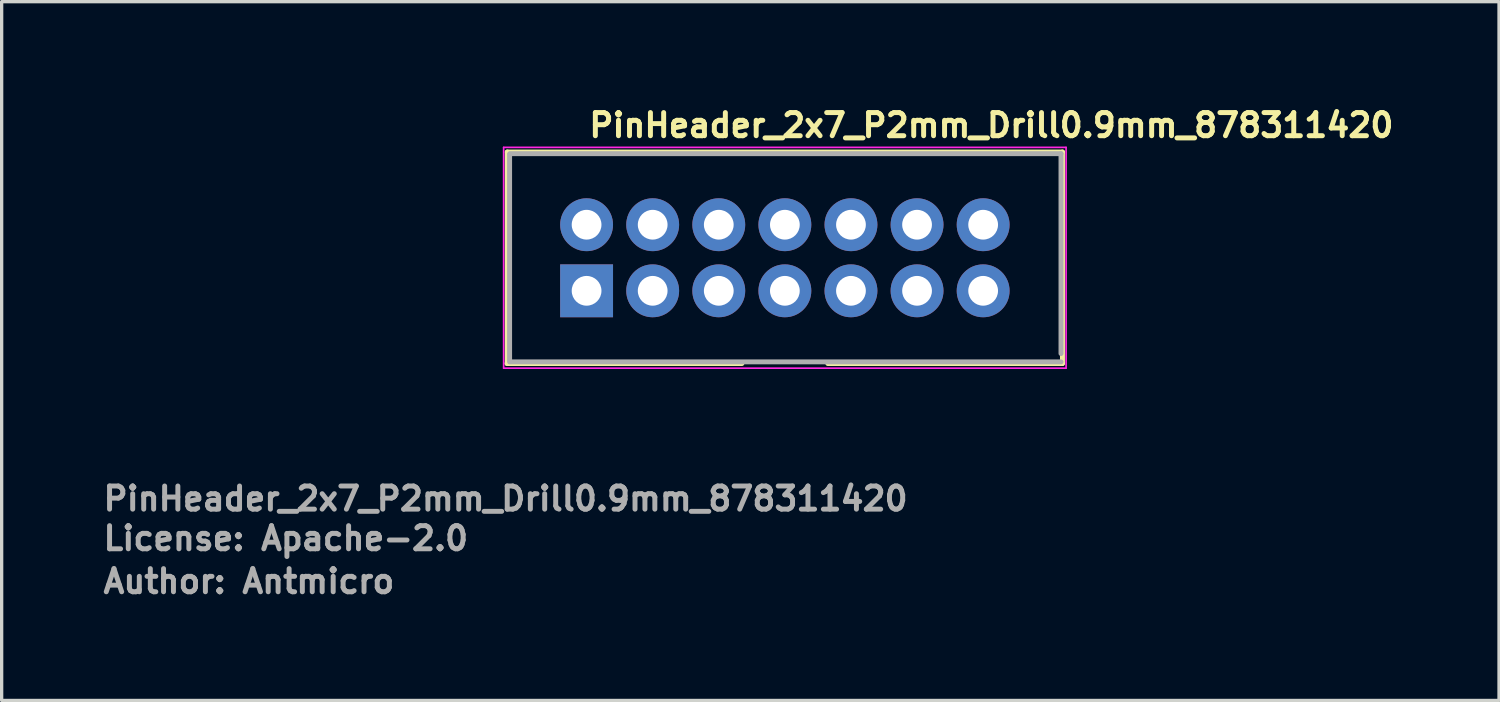
<source format=kicad_pcb>
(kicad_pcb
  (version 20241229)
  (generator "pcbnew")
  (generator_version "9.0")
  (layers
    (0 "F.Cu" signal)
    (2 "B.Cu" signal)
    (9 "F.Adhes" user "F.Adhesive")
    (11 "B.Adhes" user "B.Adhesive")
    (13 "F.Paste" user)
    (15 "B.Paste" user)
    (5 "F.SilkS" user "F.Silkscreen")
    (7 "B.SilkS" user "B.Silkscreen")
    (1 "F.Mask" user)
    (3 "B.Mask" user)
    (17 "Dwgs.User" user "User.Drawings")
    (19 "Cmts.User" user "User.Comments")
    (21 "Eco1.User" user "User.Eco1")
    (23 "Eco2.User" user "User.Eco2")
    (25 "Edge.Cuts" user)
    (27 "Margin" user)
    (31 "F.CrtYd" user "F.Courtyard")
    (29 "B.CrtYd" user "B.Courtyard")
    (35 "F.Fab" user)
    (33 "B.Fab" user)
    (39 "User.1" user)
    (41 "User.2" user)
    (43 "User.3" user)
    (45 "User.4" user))
  (footprint "PinHeader_2x7_P2mm_Drill0.9mm_878311420"
    (layer "F.Cu")
    (at 14.7 5.75)
    (property "Reference" "PinHeader_2x7_P2mm_Drill0.9mm_878311420" (at 0 -4.6 0) (layer "F.SilkS") (effects (font (size 0.7 0.7) (thickness 0.15)) (justify left bottom)))
    (attr through_hole)
    (fp_line (start -2.41 2.2) (end 4.7 2.2) (stroke (width 0.15) (type solid)) (layer "F.SilkS"))
    (fp_line (start -2.4 -4.2) (end 14.4 -4.2) (stroke (width 0.15) (type solid)) (layer "F.SilkS"))
    (fp_line (start -2.4 2.2) (end -2.4 -4.2) (stroke (width 0.15) (type solid)) (layer "F.SilkS"))
    (fp_line (start 14.4 -4.2) (end 14.4 2.2) (stroke (width 0.15) (type solid)) (layer "F.SilkS"))
    (fp_line (start 14.4 2.2) (end 7.3 2.2) (stroke (width 0.15) (type solid)) (layer "F.SilkS"))
    (fp_line (start -2.51 -4.34) (end 14.51 -4.34) (stroke (width 0.05) (type solid)) (layer "F.CrtYd"))
    (fp_line (start -2.51 2.34) (end -2.51 -4.34) (stroke (width 0.05) (type solid)) (layer "F.CrtYd"))
    (fp_line (start -2.51 2.34) (end 14.51 2.34) (stroke (width 0.05) (type solid)) (layer "F.CrtYd"))
    (fp_line (start 14.51 2.34) (end 14.51 -4.34) (stroke (width 0.05) (type solid)) (layer "F.CrtYd"))
    (fp_line (start -2.33 2.15) (end -2.33 -4.13) (stroke (width 0.15) (type solid)) (layer "F.Fab"))
    (fp_line (start 14.356 -4.15) (end -2.32 -4.15) (stroke (width 0.15) (type solid)) (layer "F.Fab"))
    (fp_line (start 14.356 1.898) (end 14.356 -4.15) (stroke (width 0.15) (type solid)) (layer "F.Fab"))
    (fp_line (start 14.356 2.15) (end -2.293 2.15) (stroke (width 0.15) (type solid)) (layer "F.Fab"))
    (fp_rect (start 14.326 2.15) (end -2.325 -4.15) (stroke (width 0.1) (type solid)) (fill no) (layer "User.5"))
    (fp_line (start -2.325 -4.15) (end -2.325 -1.749) (stroke (width 0.02) (type solid)) (layer "User.9"))
    (fp_line (start -2.325 -1.749) (end -2.023 -1.749) (stroke (width 0.02) (type solid)) (layer "User.9"))
    (fp_line (start -2.325 -1.148) (end -2.325 -1.749) (stroke (width 0.02) (type solid)) (layer "User.9"))
    (fp_line (start -2.325 -1.148) (end -1.425 -1.148) (stroke (width 0.02) (type solid)) (layer "User.9"))
    (fp_line (start -2.325 0.15) (end -2.325 -1.148) (stroke (width 0.02) (type solid)) (layer "User.9"))
    (fp_line (start -2.325 0.75) (end -2.325 0.15) (stroke (width 0.02) (type solid)) (layer "User.9"))
    (fp_line (start -2.325 0.75) (end -2.325 2.15) (stroke (width 0.02) (type solid)) (layer "User.9"))
    (fp_line (start -2.023 -3.85) (end 14.026 -3.85) (stroke (width 0.02) (type solid)) (layer "User.9"))
    (fp_line (start -2.023 -1.749) (end -2.023 -3.85) (stroke (width 0.02) (type solid)) (layer "User.9"))
    (fp_line (start -2.023 0.75) (end -2.325 0.75) (stroke (width 0.02) (type solid)) (layer "User.9"))
    (fp_line (start -2.023 1.851) (end -2.023 0.75) (stroke (width 0.02) (type solid)) (layer "User.9"))
    (fp_line (start -1.425 -3.249) (end -2.023 -3.85) (stroke (width 0.02) (type solid)) (layer "User.9"))
    (fp_line (start -1.425 -3.249) (end -1.024 -3.249) (stroke (width 0.02) (type solid)) (layer "User.9"))
    (fp_line (start -1.425 -1.148) (end -2.023 -1.749) (stroke (width 0.02) (type solid)) (layer "User.9"))
    (fp_line (start -1.425 -1.148) (end -1.425 -3.249) (stroke (width 0.02) (type solid)) (layer "User.9"))
    (fp_line (start -1.425 0.15) (end -2.325 0.15) (stroke (width 0.02) (type solid)) (layer "User.9"))
    (fp_line (start -1.425 0.15) (end -2.023 0.75) (stroke (width 0.02) (type solid)) (layer "User.9"))
    (fp_line (start -1.425 1.25) (end -2.023 1.851) (stroke (width 0.02) (type solid)) (layer "User.9"))
    (fp_line (start -1.425 1.25) (end -1.425 0.15) (stroke (width 0.02) (type solid)) (layer "User.9"))
    (fp_line (start -1.024 -3.249) (end -1.024 -3.499) (stroke (width 0.02) (type solid)) (layer "User.9"))
    (fp_line (start -1.024 1.25) (end -1.425 1.25) (stroke (width 0.02) (type solid)) (layer "User.9"))
    (fp_line (start -1.024 1.25) (end -1.024 1.5) (stroke (width 0.02) (type solid)) (layer "User.9"))
    (fp_line (start -0.4 -3.499) (end -1.024 -3.499) (stroke (width 0.02) (type solid)) (layer "User.9"))
    (fp_line (start -0.4 -3.249) (end -0.4 -3.499) (stroke (width 0.02) (type solid)) (layer "User.9"))
    (fp_line (start -0.4 -3.249) (end 0.402 -3.249) (stroke (width 0.02) (type solid)) (layer "User.9"))
    (fp_line (start -0.325 2.13) (end 0.677 2.13) (stroke (width 0.02) (type solid)) (layer "User.9"))
    (fp_line (start -0.325 2.15) (end -2.325 2.15) (stroke (width 0.02) (type solid)) (layer "User.9"))
    (fp_line (start -0.325 2.15) (end -0.325 2.13) (stroke (width 0.02) (type solid)) (layer "User.9"))
    (fp_line (start -0.325 2.15) (end 0.176 2.15) (stroke (width 0.02) (type solid)) (layer "User.9"))
    (fp_line (start -0.248 -1.749) (end -0.248 -2.249) (stroke (width 0.02) (type solid)) (layer "User.9"))
    (fp_line (start -0.248 0.25) (end -0.248 -0.248) (stroke (width 0.02) (type solid)) (layer "User.9"))
    (fp_line (start -0.1 -2.1) (end -0.248 -2.249) (stroke (width 0.02) (type solid)) (layer "User.9"))
    (fp_line (start -0.1 -1.898) (end -0.248 -1.749) (stroke (width 0.02) (type solid)) (layer "User.9"))
    (fp_line (start -0.1 -1.898) (end -0.1 -2.1) (stroke (width 0.02) (type solid)) (layer "User.9"))
    (fp_line (start -0.1 -0.1) (end -0.248 -0.248) (stroke (width 0.02) (type solid)) (layer "User.9"))
    (fp_line (start -0.1 0.102) (end -0.248 0.25) (stroke (width 0.02) (type solid)) (layer "User.9"))
    (fp_line (start -0.1 0.102) (end -0.1 -0.1) (stroke (width 0.02) (type solid)) (layer "User.9"))
    (fp_line (start 0.102 -2.1) (end -0.1 -2.1) (stroke (width 0.02) (type solid)) (layer "User.9"))
    (fp_line (start 0.102 -2.1) (end 0.102 -1.898) (stroke (width 0.02) (type solid)) (layer "User.9"))
    (fp_line (start 0.102 -2.1) (end 0.25 -2.249) (stroke (width 0.02) (type solid)) (layer "User.9"))
    (fp_line (start 0.102 -1.898) (end -0.1 -1.898) (stroke (width 0.02) (type solid)) (layer "User.9"))
    (fp_line (start 0.102 -0.1) (end -0.1 -0.1) (stroke (width 0.02) (type solid)) (layer "User.9"))
    (fp_line (start 0.102 -0.1) (end 0.102 0.102) (stroke (width 0.02) (type solid)) (layer "User.9"))
    (fp_line (start 0.102 -0.1) (end 0.25 -0.248) (stroke (width 0.02) (type solid)) (layer "User.9"))
    (fp_line (start 0.102 0.102) (end -0.1 0.102) (stroke (width 0.02) (type solid)) (layer "User.9"))
    (fp_line (start 0.102 0.102) (end 0.25 0.25) (stroke (width 0.02) (type solid)) (layer "User.9"))
    (fp_line (start 0.176 2.15) (end 0.176 2.13) (stroke (width 0.02) (type solid)) (layer "User.9"))
    (fp_line (start 0.176 2.15) (end 0.677 2.15) (stroke (width 0.02) (type solid)) (layer "User.9"))
    (fp_line (start 0.25 -2.249) (end -0.248 -2.249) (stroke (width 0.02) (type solid)) (layer "User.9"))
    (fp_line (start 0.25 -2.249) (end 0.25 -1.749) (stroke (width 0.02) (type solid)) (layer "User.9"))
    (fp_line (start 0.25 -1.749) (end -0.248 -1.749) (stroke (width 0.02) (type solid)) (layer "User.9"))
    (fp_line (start 0.25 -1.749) (end 0.102 -1.898) (stroke (width 0.02) (type solid)) (layer "User.9"))
    (fp_line (start 0.25 -0.248) (end -0.248 -0.248) (stroke (width 0.02) (type solid)) (layer "User.9"))
    (fp_line (start 0.25 -0.248) (end 0.25 0.25) (stroke (width 0.02) (type solid)) (layer "User.9"))
    (fp_line (start 0.25 0.25) (end -0.248 0.25) (stroke (width 0.02) (type solid)) (layer "User.9"))
    (fp_line (start 0.389 1.25) (end 3.613 1.25) (stroke (width 0.02) (type solid)) (layer "User.9"))
    (fp_line (start 0.389 1.5) (end 0.389 1.25) (stroke (width 0.02) (type solid)) (layer "User.9"))
    (fp_line (start 0.402 -3.249) (end 0.402 -3.499) (stroke (width 0.02) (type solid)) (layer "User.9"))
    (fp_line (start 0.677 2.15) (end 0.677 2.13) (stroke (width 0.02) (type solid)) (layer "User.9"))
    (fp_line (start 1.75 -1.749) (end 1.75 -2.249) (stroke (width 0.02) (type solid)) (layer "User.9"))
    (fp_line (start 1.75 0.25) (end 1.75 -0.248) (stroke (width 0.02) (type solid)) (layer "User.9"))
    (fp_line (start 1.901 -2.1) (end 1.75 -2.249) (stroke (width 0.02) (type solid)) (layer "User.9"))
    (fp_line (start 1.901 -1.898) (end 1.75 -1.749) (stroke (width 0.02) (type solid)) (layer "User.9"))
    (fp_line (start 1.901 -1.898) (end 1.901 -2.1) (stroke (width 0.02) (type solid)) (layer "User.9"))
    (fp_line (start 1.901 -0.1) (end 1.75 -0.248) (stroke (width 0.02) (type solid)) (layer "User.9"))
    (fp_line (start 1.901 0.102) (end 1.75 0.25) (stroke (width 0.02) (type solid)) (layer "User.9"))
    (fp_line (start 1.901 0.102) (end 1.901 -0.1) (stroke (width 0.02) (type solid)) (layer "User.9"))
    (fp_line (start 2.101 -2.1) (end 1.901 -2.1) (stroke (width 0.02) (type solid)) (layer "User.9"))
    (fp_line (start 2.101 -2.1) (end 2.101 -1.898) (stroke (width 0.02) (type solid)) (layer "User.9"))
    (fp_line (start 2.101 -2.1) (end 2.25 -2.249) (stroke (width 0.02) (type solid)) (layer "User.9"))
    (fp_line (start 2.101 -1.898) (end 1.901 -1.898) (stroke (width 0.02) (type solid)) (layer "User.9"))
    (fp_line (start 2.101 -0.1) (end 1.901 -0.1) (stroke (width 0.02) (type solid)) (layer "User.9"))
    (fp_line (start 2.101 -0.1) (end 2.101 0.102) (stroke (width 0.02) (type solid)) (layer "User.9"))
    (fp_line (start 2.101 -0.1) (end 2.25 -0.248) (stroke (width 0.02) (type solid)) (layer "User.9"))
    (fp_line (start 2.101 0.102) (end 1.901 0.102) (stroke (width 0.02) (type solid)) (layer "User.9"))
    (fp_line (start 2.101 0.102) (end 2.25 0.25) (stroke (width 0.02) (type solid)) (layer "User.9"))
    (fp_line (start 2.25 -2.249) (end 1.75 -2.249) (stroke (width 0.02) (type solid)) (layer "User.9"))
    (fp_line (start 2.25 -2.249) (end 2.25 -1.749) (stroke (width 0.02) (type solid)) (layer "User.9"))
    (fp_line (start 2.25 -1.749) (end 1.75 -1.749) (stroke (width 0.02) (type solid)) (layer "User.9"))
    (fp_line (start 2.25 -1.749) (end 2.101 -1.898) (stroke (width 0.02) (type solid)) (layer "User.9"))
    (fp_line (start 2.25 -0.248) (end 1.75 -0.248) (stroke (width 0.02) (type solid)) (layer "User.9"))
    (fp_line (start 2.25 -0.248) (end 2.25 0.25) (stroke (width 0.02) (type solid)) (layer "User.9"))
    (fp_line (start 2.25 0.25) (end 1.75 0.25) (stroke (width 0.02) (type solid)) (layer "User.9"))
    (fp_line (start 3.613 1.5) (end 3.613 1.25) (stroke (width 0.02) (type solid)) (layer "User.9"))
    (fp_line (start 3.75 -1.749) (end 3.75 -2.249) (stroke (width 0.02) (type solid)) (layer "User.9"))
    (fp_line (start 3.75 0.25) (end 3.75 -0.248) (stroke (width 0.02) (type solid)) (layer "User.9"))
    (fp_line (start 3.9 -2.1) (end 3.75 -2.249) (stroke (width 0.02) (type solid)) (layer "User.9"))
    (fp_line (start 3.9 -1.898) (end 3.75 -1.749) (stroke (width 0.02) (type solid)) (layer "User.9"))
    (fp_line (start 3.9 -1.898) (end 3.9 -2.1) (stroke (width 0.02) (type solid)) (layer "User.9"))
    (fp_line (start 3.9 -0.1) (end 3.75 -0.248) (stroke (width 0.02) (type solid)) (layer "User.9"))
    (fp_line (start 3.9 0.102) (end 3.75 0.25) (stroke (width 0.02) (type solid)) (layer "User.9"))
    (fp_line (start 3.9 0.102) (end 3.9 -0.1) (stroke (width 0.02) (type solid)) (layer "User.9"))
    (fp_line (start 4 1.851) (end -2.023 1.851) (stroke (width 0.02) (type solid)) (layer "User.9"))
    (fp_line (start 4 2.15) (end 0.677 2.15) (stroke (width 0.02) (type solid)) (layer "User.9"))
    (fp_line (start 4.05 1.849) (end 4 1.851) (stroke (width 0.02) (type solid)) (layer "User.9"))
    (fp_line (start 4.098 1.845) (end 4.05 1.849) (stroke (width 0.02) (type solid)) (layer "User.9"))
    (fp_line (start 4.1 -2.1) (end 3.9 -2.1) (stroke (width 0.02) (type solid)) (layer "User.9"))
    (fp_line (start 4.1 -2.1) (end 4.1 -1.898) (stroke (width 0.02) (type solid)) (layer "User.9"))
    (fp_line (start 4.1 -2.1) (end 4.25 -2.249) (stroke (width 0.02) (type solid)) (layer "User.9"))
    (fp_line (start 4.1 -1.898) (end 3.9 -1.898) (stroke (width 0.02) (type solid)) (layer "User.9"))
    (fp_line (start 4.1 -0.1) (end 3.9 -0.1) (stroke (width 0.02) (type solid)) (layer "User.9"))
    (fp_line (start 4.1 -0.1) (end 4.1 0.102) (stroke (width 0.02) (type solid)) (layer "User.9"))
    (fp_line (start 4.1 -0.1) (end 4.25 -0.248) (stroke (width 0.02) (type solid)) (layer "User.9"))
    (fp_line (start 4.1 0.102) (end 3.9 0.102) (stroke (width 0.02) (type solid)) (layer "User.9"))
    (fp_line (start 4.1 0.102) (end 4.25 0.25) (stroke (width 0.02) (type solid)) (layer "User.9"))
    (fp_line (start 4.146 1.837) (end 4.098 1.845) (stroke (width 0.02) (type solid)) (layer "User.9"))
    (fp_line (start 4.194 1.827) (end 4.146 1.837) (stroke (width 0.02) (type solid)) (layer "User.9"))
    (fp_line (start 4.241 1.813) (end 4.194 1.827) (stroke (width 0.02) (type solid)) (layer "User.9"))
    (fp_line (start 4.25 -2.249) (end 3.75 -2.249) (stroke (width 0.02) (type solid)) (layer "User.9"))
    (fp_line (start 4.25 -2.249) (end 4.25 -1.749) (stroke (width 0.02) (type solid)) (layer "User.9"))
    (fp_line (start 4.25 -1.749) (end 3.75 -1.749) (stroke (width 0.02) (type solid)) (layer "User.9"))
    (fp_line (start 4.25 -1.749) (end 4.1 -1.898) (stroke (width 0.02) (type solid)) (layer "User.9"))
    (fp_line (start 4.25 -0.248) (end 3.75 -0.248) (stroke (width 0.02) (type solid)) (layer "User.9"))
    (fp_line (start 4.25 -0.248) (end 4.25 0.25) (stroke (width 0.02) (type solid)) (layer "User.9"))
    (fp_line (start 4.25 0.25) (end 3.75 0.25) (stroke (width 0.02) (type solid)) (layer "User.9"))
    (fp_line (start 4.287 1.797) (end 4.241 1.813) (stroke (width 0.02) (type solid)) (layer "User.9"))
    (fp_line (start 4.332 1.778) (end 4.287 1.797) (stroke (width 0.02) (type solid)) (layer "User.9"))
    (fp_line (start 4.374 1.758) (end 4.332 1.778) (stroke (width 0.02) (type solid)) (layer "User.9"))
    (fp_line (start 4.417 1.734) (end 4.374 1.758) (stroke (width 0.02) (type solid)) (layer "User.9"))
    (fp_line (start 4.457 1.708) (end 4.417 1.734) (stroke (width 0.02) (type solid)) (layer "User.9"))
    (fp_line (start 4.497 1.678) (end 4.457 1.708) (stroke (width 0.02) (type solid)) (layer "User.9"))
    (fp_line (start 4.534 1.647) (end 4.497 1.678) (stroke (width 0.02) (type solid)) (layer "User.9"))
    (fp_line (start 4.566 2.15) (end 4 2.15) (stroke (width 0.02) (type solid)) (layer "User.9"))
    (fp_line (start 4.566 2.15) (end 4.566 2.15) (stroke (width 0.02) (type solid)) (layer "User.9"))
    (fp_line (start 4.569 1.613) (end 4.534 1.647) (stroke (width 0.02) (type solid)) (layer "User.9"))
    (fp_line (start 4.603 1.579) (end 4.569 1.613) (stroke (width 0.02) (type solid)) (layer "User.9"))
    (fp_line (start 4.633 1.541) (end 4.603 1.579) (stroke (width 0.02) (type solid)) (layer "User.9"))
    (fp_line (start 4.662 1.5) (end -1.024 1.5) (stroke (width 0.02) (type solid)) (layer "User.9"))
    (fp_line (start 4.662 1.5) (end 4.633 1.541) (stroke (width 0.02) (type solid)) (layer "User.9"))
    (fp_line (start 4.678 2.15) (end 4.566 2.15) (stroke (width 0.02) (type solid)) (layer "User.9"))
    (fp_line (start 4.678 2.15) (end 4.678 2.15) (stroke (width 0.02) (type solid)) (layer "User.9"))
    (fp_line (start 4.721 2.15) (end 4.678 2.15) (stroke (width 0.02) (type solid)) (layer "User.9"))
    (fp_line (start 4.721 2.15) (end 4.721 2.15) (stroke (width 0.02) (type solid)) (layer "User.9"))
    (fp_line (start 4.757 2.15) (end 4.721 2.15) (stroke (width 0.02) (type solid)) (layer "User.9"))
    (fp_line (start 4.757 2.15) (end 4.757 2.15) (stroke (width 0.02) (type solid)) (layer "User.9"))
    (fp_line (start 4.781 2.15) (end 4.757 2.15) (stroke (width 0.02) (type solid)) (layer "User.9"))
    (fp_line (start 4.781 2.15) (end 4.781 2.15) (stroke (width 0.02) (type solid)) (layer "User.9"))
    (fp_line (start 4.795 2.15) (end 4.781 2.15) (stroke (width 0.02) (type solid)) (layer "User.9"))
    (fp_line (start 4.795 2.15) (end 4.795 2.15) (stroke (width 0.02) (type solid)) (layer "User.9"))
    (fp_line (start 4.8 1.5) (end 4.662 1.5) (stroke (width 0.02) (type solid)) (layer "User.9"))
    (fp_line (start 4.8 2.15) (end 4.795 2.15) (stroke (width 0.02) (type solid)) (layer "User.9"))
    (fp_line (start 4.8 2.15) (end 4.8 1.5) (stroke (width 0.02) (type solid)) (layer "User.9"))
    (fp_line (start 4.8 2.15) (end 7.202 2.15) (stroke (width 0.02) (type solid)) (layer "User.9"))
    (fp_line (start 5.601 -3.499) (end 0.402 -3.499) (stroke (width 0.02) (type solid)) (layer "User.9"))
    (fp_line (start 5.601 -3.499) (end 5.601 -3.249) (stroke (width 0.02) (type solid)) (layer "User.9"))
    (fp_line (start 5.601 -3.249) (end 6.401 -3.249) (stroke (width 0.02) (type solid)) (layer "User.9"))
    (fp_line (start 5.75 -1.749) (end 5.75 -2.249) (stroke (width 0.02) (type solid)) (layer "User.9"))
    (fp_line (start 5.75 0.25) (end 5.75 -0.248) (stroke (width 0.02) (type solid)) (layer "User.9"))
    (fp_line (start 5.901 -2.1) (end 5.75 -2.249) (stroke (width 0.02) (type solid)) (layer "User.9"))
    (fp_line (start 5.901 -1.898) (end 5.75 -1.749) (stroke (width 0.02) (type solid)) (layer "User.9"))
    (fp_line (start 5.901 -1.898) (end 5.901 -2.1) (stroke (width 0.02) (type solid)) (layer "User.9"))
    (fp_line (start 5.901 -0.1) (end 5.75 -0.248) (stroke (width 0.02) (type solid)) (layer "User.9"))
    (fp_line (start 5.901 0.102) (end 5.75 0.25) (stroke (width 0.02) (type solid)) (layer "User.9"))
    (fp_line (start 5.901 0.102) (end 5.901 -0.1) (stroke (width 0.02) (type solid)) (layer "User.9"))
    (fp_line (start 6.101 -2.1) (end 5.901 -2.1) (stroke (width 0.02) (type solid)) (layer "User.9"))
    (fp_line (start 6.101 -2.1) (end 6.101 -1.898) (stroke (width 0.02) (type solid)) (layer "User.9"))
    (fp_line (start 6.101 -2.1) (end 6.25 -2.249) (stroke (width 0.02) (type solid)) (layer "User.9"))
    (fp_line (start 6.101 -1.898) (end 5.901 -1.898) (stroke (width 0.02) (type solid)) (layer "User.9"))
    (fp_line (start 6.101 -0.1) (end 5.901 -0.1) (stroke (width 0.02) (type solid)) (layer "User.9"))
    (fp_line (start 6.101 -0.1) (end 6.101 0.102) (stroke (width 0.02) (type solid)) (layer "User.9"))
    (fp_line (start 6.101 -0.1) (end 6.25 -0.248) (stroke (width 0.02) (type solid)) (layer "User.9"))
    (fp_line (start 6.101 0.102) (end 5.901 0.102) (stroke (width 0.02) (type solid)) (layer "User.9"))
    (fp_line (start 6.101 0.102) (end 6.25 0.25) (stroke (width 0.02) (type solid)) (layer "User.9"))
    (fp_line (start 6.25 -2.249) (end 5.75 -2.249) (stroke (width 0.02) (type solid)) (layer "User.9"))
    (fp_line (start 6.25 -2.249) (end 6.25 -1.749) (stroke (width 0.02) (type solid)) (layer "User.9"))
    (fp_line (start 6.25 -1.749) (end 5.75 -1.749) (stroke (width 0.02) (type solid)) (layer "User.9"))
    (fp_line (start 6.25 -1.749) (end 6.101 -1.898) (stroke (width 0.02) (type solid)) (layer "User.9"))
    (fp_line (start 6.25 -0.248) (end 5.75 -0.248) (stroke (width 0.02) (type solid)) (layer "User.9"))
    (fp_line (start 6.25 -0.248) (end 6.25 0.25) (stroke (width 0.02) (type solid)) (layer "User.9"))
    (fp_line (start 6.25 0.25) (end 5.75 0.25) (stroke (width 0.02) (type solid)) (layer "User.9"))
    (fp_line (start 6.401 -3.249) (end 6.401 -3.499) (stroke (width 0.02) (type solid)) (layer "User.9"))
    (fp_line (start 7.202 2.15) (end 7.202 1.5) (stroke (width 0.02) (type solid)) (layer "User.9"))
    (fp_line (start 7.207 2.15) (end 7.202 2.15) (stroke (width 0.02) (type solid)) (layer "User.9"))
    (fp_line (start 7.207 2.15) (end 7.207 2.15) (stroke (width 0.02) (type solid)) (layer "User.9"))
    (fp_line (start 7.221 2.15) (end 7.207 2.15) (stroke (width 0.02) (type solid)) (layer "User.9"))
    (fp_line (start 7.221 2.15) (end 7.221 2.15) (stroke (width 0.02) (type solid)) (layer "User.9"))
    (fp_line (start 7.245 2.15) (end 7.221 2.15) (stroke (width 0.02) (type solid)) (layer "User.9"))
    (fp_line (start 7.245 2.15) (end 7.245 2.15) (stroke (width 0.02) (type solid)) (layer "User.9"))
    (fp_line (start 7.281 2.15) (end 7.245 2.15) (stroke (width 0.02) (type solid)) (layer "User.9"))
    (fp_line (start 7.281 2.15) (end 7.281 2.15) (stroke (width 0.02) (type solid)) (layer "User.9"))
    (fp_line (start 7.324 2.15) (end 7.281 2.15) (stroke (width 0.02) (type solid)) (layer "User.9"))
    (fp_line (start 7.324 2.15) (end 7.324 2.15) (stroke (width 0.02) (type solid)) (layer "User.9"))
    (fp_line (start 7.34 1.5) (end 7.202 1.5) (stroke (width 0.02) (type solid)) (layer "User.9"))
    (fp_line (start 7.369 1.541) (end 7.34 1.5) (stroke (width 0.02) (type solid)) (layer "User.9"))
    (fp_line (start 7.375 2.15) (end 7.324 2.15) (stroke (width 0.02) (type solid)) (layer "User.9"))
    (fp_line (start 7.375 2.15) (end 7.375 2.15) (stroke (width 0.02) (type solid)) (layer "User.9"))
    (fp_line (start 7.399 1.579) (end 7.369 1.541) (stroke (width 0.02) (type solid)) (layer "User.9"))
    (fp_line (start 7.433 1.613) (end 7.399 1.579) (stroke (width 0.02) (type solid)) (layer "User.9"))
    (fp_line (start 7.436 2.15) (end 7.375 2.15) (stroke (width 0.02) (type solid)) (layer "User.9"))
    (fp_line (start 7.436 2.15) (end 7.436 2.15) (stroke (width 0.02) (type solid)) (layer "User.9"))
    (fp_line (start 7.468 1.647) (end 7.433 1.613) (stroke (width 0.02) (type solid)) (layer "User.9"))
    (fp_line (start 7.505 1.678) (end 7.468 1.647) (stroke (width 0.02) (type solid)) (layer "User.9"))
    (fp_line (start 7.545 1.708) (end 7.505 1.678) (stroke (width 0.02) (type solid)) (layer "User.9"))
    (fp_line (start 7.585 1.734) (end 7.545 1.708) (stroke (width 0.02) (type solid)) (layer "User.9"))
    (fp_line (start 7.627 1.758) (end 7.585 1.734) (stroke (width 0.02) (type solid)) (layer "User.9"))
    (fp_line (start 7.67 1.778) (end 7.627 1.758) (stroke (width 0.02) (type solid)) (layer "User.9"))
    (fp_line (start 7.715 1.797) (end 7.67 1.778) (stroke (width 0.02) (type solid)) (layer "User.9"))
    (fp_line (start 7.75 -1.749) (end 7.75 -2.249) (stroke (width 0.02) (type solid)) (layer "User.9"))
    (fp_line (start 7.75 0.25) (end 7.75 -0.248) (stroke (width 0.02) (type solid)) (layer "User.9"))
    (fp_line (start 7.761 1.813) (end 7.715 1.797) (stroke (width 0.02) (type solid)) (layer "User.9"))
    (fp_line (start 7.808 1.827) (end 7.761 1.813) (stroke (width 0.02) (type solid)) (layer "User.9"))
    (fp_line (start 7.856 1.837) (end 7.808 1.827) (stroke (width 0.02) (type solid)) (layer "User.9"))
    (fp_line (start 7.901 -2.1) (end 7.75 -2.249) (stroke (width 0.02) (type solid)) (layer "User.9"))
    (fp_line (start 7.901 -1.898) (end 7.75 -1.749) (stroke (width 0.02) (type solid)) (layer "User.9"))
    (fp_line (start 7.901 -1.898) (end 7.901 -2.1) (stroke (width 0.02) (type solid)) (layer "User.9"))
    (fp_line (start 7.901 -0.1) (end 7.75 -0.248) (stroke (width 0.02) (type solid)) (layer "User.9"))
    (fp_line (start 7.901 0.102) (end 7.75 0.25) (stroke (width 0.02) (type solid)) (layer "User.9"))
    (fp_line (start 7.901 0.102) (end 7.901 -0.1) (stroke (width 0.02) (type solid)) (layer "User.9"))
    (fp_line (start 7.904 1.845) (end 7.856 1.837) (stroke (width 0.02) (type solid)) (layer "User.9"))
    (fp_line (start 7.952 1.849) (end 7.904 1.845) (stroke (width 0.02) (type solid)) (layer "User.9"))
    (fp_line (start 8 1.851) (end 7.952 1.849) (stroke (width 0.02) (type solid)) (layer "User.9"))
    (fp_line (start 8 2.15) (end 7.436 2.15) (stroke (width 0.02) (type solid)) (layer "User.9"))
    (fp_line (start 8.1 -2.1) (end 7.901 -2.1) (stroke (width 0.02) (type solid)) (layer "User.9"))
    (fp_line (start 8.1 -2.1) (end 8.1 -1.898) (stroke (width 0.02) (type solid)) (layer "User.9"))
    (fp_line (start 8.1 -2.1) (end 8.25 -2.249) (stroke (width 0.02) (type solid)) (layer "User.9"))
    (fp_line (start 8.1 -1.898) (end 7.901 -1.898) (stroke (width 0.02) (type solid)) (layer "User.9"))
    (fp_line (start 8.1 -0.1) (end 7.901 -0.1) (stroke (width 0.02) (type solid)) (layer "User.9"))
    (fp_line (start 8.1 -0.1) (end 8.1 0.102) (stroke (width 0.02) (type solid)) (layer "User.9"))
    (fp_line (start 8.1 -0.1) (end 8.25 -0.248) (stroke (width 0.02) (type solid)) (layer "User.9"))
    (fp_line (start 8.1 0.102) (end 7.901 0.102) (stroke (width 0.02) (type solid)) (layer "User.9"))
    (fp_line (start 8.1 0.102) (end 8.25 0.25) (stroke (width 0.02) (type solid)) (layer "User.9"))
    (fp_line (start 8.25 -2.249) (end 7.75 -2.249) (stroke (width 0.02) (type solid)) (layer "User.9"))
    (fp_line (start 8.25 -2.249) (end 8.25 -1.749) (stroke (width 0.02) (type solid)) (layer "User.9"))
    (fp_line (start 8.25 -1.749) (end 7.75 -1.749) (stroke (width 0.02) (type solid)) (layer "User.9"))
    (fp_line (start 8.25 -1.749) (end 8.1 -1.898) (stroke (width 0.02) (type solid)) (layer "User.9"))
    (fp_line (start 8.25 -0.248) (end 7.75 -0.248) (stroke (width 0.02) (type solid)) (layer "User.9"))
    (fp_line (start 8.25 -0.248) (end 8.25 0.25) (stroke (width 0.02) (type solid)) (layer "User.9"))
    (fp_line (start 8.25 0.25) (end 7.75 0.25) (stroke (width 0.02) (type solid)) (layer "User.9"))
    (fp_line (start 8.388 1.25) (end 11.613 1.25) (stroke (width 0.02) (type solid)) (layer "User.9"))
    (fp_line (start 8.388 1.5) (end 8.388 1.25) (stroke (width 0.02) (type solid)) (layer "User.9"))
    (fp_line (start 9.75 -1.749) (end 9.75 -2.249) (stroke (width 0.02) (type solid)) (layer "User.9"))
    (fp_line (start 9.75 0.25) (end 9.75 -0.248) (stroke (width 0.02) (type solid)) (layer "User.9"))
    (fp_line (start 9.901 -2.1) (end 9.75 -2.249) (stroke (width 0.02) (type solid)) (layer "User.9"))
    (fp_line (start 9.901 -1.898) (end 9.75 -1.749) (stroke (width 0.02) (type solid)) (layer "User.9"))
    (fp_line (start 9.901 -1.898) (end 9.901 -2.1) (stroke (width 0.02) (type solid)) (layer "User.9"))
    (fp_line (start 9.901 -0.1) (end 9.75 -0.248) (stroke (width 0.02) (type solid)) (layer "User.9"))
    (fp_line (start 9.901 0.102) (end 9.75 0.25) (stroke (width 0.02) (type solid)) (layer "User.9"))
    (fp_line (start 9.901 0.102) (end 9.901 -0.1) (stroke (width 0.02) (type solid)) (layer "User.9"))
    (fp_line (start 10.1 -2.1) (end 9.901 -2.1) (stroke (width 0.02) (type solid)) (layer "User.9"))
    (fp_line (start 10.1 -2.1) (end 10.1 -1.898) (stroke (width 0.02) (type solid)) (layer "User.9"))
    (fp_line (start 10.1 -2.1) (end 10.25 -2.249) (stroke (width 0.02) (type solid)) (layer "User.9"))
    (fp_line (start 10.1 -1.898) (end 9.901 -1.898) (stroke (width 0.02) (type solid)) (layer "User.9"))
    (fp_line (start 10.1 -0.1) (end 9.901 -0.1) (stroke (width 0.02) (type solid)) (layer "User.9"))
    (fp_line (start 10.1 -0.1) (end 10.1 0.102) (stroke (width 0.02) (type solid)) (layer "User.9"))
    (fp_line (start 10.1 -0.1) (end 10.25 -0.248) (stroke (width 0.02) (type solid)) (layer "User.9"))
    (fp_line (start 10.1 0.102) (end 9.901 0.102) (stroke (width 0.02) (type solid)) (layer "User.9"))
    (fp_line (start 10.1 0.102) (end 10.25 0.25) (stroke (width 0.02) (type solid)) (layer "User.9"))
    (fp_line (start 10.25 -2.249) (end 9.75 -2.249) (stroke (width 0.02) (type solid)) (layer "User.9"))
    (fp_line (start 10.25 -2.249) (end 10.25 -1.749) (stroke (width 0.02) (type solid)) (layer "User.9"))
    (fp_line (start 10.25 -1.749) (end 9.75 -1.749) (stroke (width 0.02) (type solid)) (layer "User.9"))
    (fp_line (start 10.25 -1.749) (end 10.1 -1.898) (stroke (width 0.02) (type solid)) (layer "User.9"))
    (fp_line (start 10.25 -0.248) (end 9.75 -0.248) (stroke (width 0.02) (type solid)) (layer "User.9"))
    (fp_line (start 10.25 -0.248) (end 10.25 0.25) (stroke (width 0.02) (type solid)) (layer "User.9"))
    (fp_line (start 10.25 0.25) (end 9.75 0.25) (stroke (width 0.02) (type solid)) (layer "User.9"))
    (fp_line (start 11.6 -3.499) (end 6.401 -3.499) (stroke (width 0.02) (type solid)) (layer "User.9"))
    (fp_line (start 11.6 -3.249) (end 11.6 -3.499) (stroke (width 0.02) (type solid)) (layer "User.9"))
    (fp_line (start 11.6 -3.249) (end 12.401 -3.249) (stroke (width 0.02) (type solid)) (layer "User.9"))
    (fp_line (start 11.613 1.5) (end 11.613 1.25) (stroke (width 0.02) (type solid)) (layer "User.9"))
    (fp_line (start 11.75 -1.749) (end 11.75 -2.249) (stroke (width 0.02) (type solid)) (layer "User.9"))
    (fp_line (start 11.75 0.25) (end 11.75 -0.248) (stroke (width 0.02) (type solid)) (layer "User.9"))
    (fp_line (start 11.901 -2.1) (end 11.75 -2.249) (stroke (width 0.02) (type solid)) (layer "User.9"))
    (fp_line (start 11.901 -1.898) (end 11.75 -1.749) (stroke (width 0.02) (type solid)) (layer "User.9"))
    (fp_line (start 11.901 -1.898) (end 11.901 -2.1) (stroke (width 0.02) (type solid)) (layer "User.9"))
    (fp_line (start 11.901 -0.1) (end 11.75 -0.248) (stroke (width 0.02) (type solid)) (layer "User.9"))
    (fp_line (start 11.901 0.102) (end 11.75 0.25) (stroke (width 0.02) (type solid)) (layer "User.9"))
    (fp_line (start 11.901 0.102) (end 11.901 -0.1) (stroke (width 0.02) (type solid)) (layer "User.9"))
    (fp_line (start 12.1 -2.1) (end 11.901 -2.1) (stroke (width 0.02) (type solid)) (layer "User.9"))
    (fp_line (start 12.1 -2.1) (end 12.1 -1.898) (stroke (width 0.02) (type solid)) (layer "User.9"))
    (fp_line (start 12.1 -2.1) (end 12.25 -2.249) (stroke (width 0.02) (type solid)) (layer "User.9"))
    (fp_line (start 12.1 -1.898) (end 11.901 -1.898) (stroke (width 0.02) (type solid)) (layer "User.9"))
    (fp_line (start 12.1 -0.1) (end 11.901 -0.1) (stroke (width 0.02) (type solid)) (layer "User.9"))
    (fp_line (start 12.1 -0.1) (end 12.1 0.102) (stroke (width 0.02) (type solid)) (layer "User.9"))
    (fp_line (start 12.1 -0.1) (end 12.25 -0.248) (stroke (width 0.02) (type solid)) (layer "User.9"))
    (fp_line (start 12.1 0.102) (end 11.901 0.102) (stroke (width 0.02) (type solid)) (layer "User.9"))
    (fp_line (start 12.1 0.102) (end 12.25 0.25) (stroke (width 0.02) (type solid)) (layer "User.9"))
    (fp_line (start 12.25 -2.249) (end 11.75 -2.249) (stroke (width 0.02) (type solid)) (layer "User.9"))
    (fp_line (start 12.25 -2.249) (end 12.25 -1.749) (stroke (width 0.02) (type solid)) (layer "User.9"))
    (fp_line (start 12.25 -1.749) (end 11.75 -1.749) (stroke (width 0.02) (type solid)) (layer "User.9"))
    (fp_line (start 12.25 -1.749) (end 12.1 -1.898) (stroke (width 0.02) (type solid)) (layer "User.9"))
    (fp_line (start 12.25 -0.248) (end 11.75 -0.248) (stroke (width 0.02) (type solid)) (layer "User.9"))
    (fp_line (start 12.25 -0.248) (end 12.25 0.25) (stroke (width 0.02) (type solid)) (layer "User.9"))
    (fp_line (start 12.25 0.25) (end 11.75 0.25) (stroke (width 0.02) (type solid)) (layer "User.9"))
    (fp_line (start 12.401 -3.249) (end 12.401 -3.499) (stroke (width 0.02) (type solid)) (layer "User.9"))
    (fp_line (start 13.026 -3.499) (end 12.401 -3.499) (stroke (width 0.02) (type solid)) (layer "User.9"))
    (fp_line (start 13.026 -3.249) (end 13.026 -3.499) (stroke (width 0.02) (type solid)) (layer "User.9"))
    (fp_line (start 13.026 -3.249) (end 13.426 -3.249) (stroke (width 0.02) (type solid)) (layer "User.9"))
    (fp_line (start 13.026 1.25) (end 13.026 1.5) (stroke (width 0.02) (type solid)) (layer "User.9"))
    (fp_line (start 13.026 1.5) (end 7.34 1.5) (stroke (width 0.02) (type solid)) (layer "User.9"))
    (fp_line (start 13.426 -3.249) (end 13.426 -2.148) (stroke (width 0.02) (type solid)) (layer "User.9"))
    (fp_line (start 13.426 -3.249) (end 14.026 -3.85) (stroke (width 0.02) (type solid)) (layer "User.9"))
    (fp_line (start 13.426 -2.148) (end 14.026 -2.749) (stroke (width 0.02) (type solid)) (layer "User.9"))
    (fp_line (start 13.426 -2.148) (end 14.326 -2.148) (stroke (width 0.02) (type solid)) (layer "User.9"))
    (fp_line (start 13.426 -0.848) (end 13.426 1.25) (stroke (width 0.02) (type solid)) (layer "User.9"))
    (fp_line (start 13.426 -0.848) (end 14.026 -0.248) (stroke (width 0.02) (type solid)) (layer "User.9"))
    (fp_line (start 13.426 1.25) (end 13.026 1.25) (stroke (width 0.02) (type solid)) (layer "User.9"))
    (fp_line (start 13.426 1.25) (end 14.026 1.851) (stroke (width 0.02) (type solid)) (layer "User.9"))
    (fp_line (start 14.026 -3.85) (end 14.026 -2.749) (stroke (width 0.02) (type solid)) (layer "User.9"))
    (fp_line (start 14.026 -2.749) (end 14.326 -2.749) (stroke (width 0.02) (type solid)) (layer "User.9"))
    (fp_line (start 14.026 -0.248) (end 14.026 1.851) (stroke (width 0.02) (type solid)) (layer "User.9"))
    (fp_line (start 14.026 1.851) (end 8 1.851) (stroke (width 0.02) (type solid)) (layer "User.9"))
    (fp_line (start 14.326 -4.15) (end -2.325 -4.15) (stroke (width 0.02) (type solid)) (layer "User.9"))
    (fp_line (start 14.326 -4.15) (end 14.326 -2.749) (stroke (width 0.02) (type solid)) (layer "User.9"))
    (fp_line (start 14.326 -2.749) (end 14.326 -2.148) (stroke (width 0.02) (type solid)) (layer "User.9"))
    (fp_line (start 14.326 -0.848) (end 13.426 -0.848) (stroke (width 0.02) (type solid)) (layer "User.9"))
    (fp_line (start 14.326 -0.848) (end 14.326 -2.148) (stroke (width 0.02) (type solid)) (layer "User.9"))
    (fp_line (start 14.326 -0.848) (end 14.326 -0.248) (stroke (width 0.02) (type solid)) (layer "User.9"))
    (fp_line (start 14.326 -0.248) (end 14.026 -0.248) (stroke (width 0.02) (type solid)) (layer "User.9"))
    (fp_line (start 14.326 -0.248) (end 14.326 2.15) (stroke (width 0.02) (type solid)) (layer "User.9"))
    (fp_line (start 14.326 2.15) (end 8 2.15) (stroke (width 0.02) (type solid)) (layer "User.9"))
    (fp_text user "${REFERENCE}" (at -14.7 6.7 0) (layer "F.Fab") (effects (font (size 0.7 0.7) (thickness 0.15)) (justify left bottom)))
    (fp_text user "Author: Antmicro" (at -14.7 9.2 0) (layer "F.Fab") (effects (font (size 0.7 0.7) (thickness 0.15)) (justify left bottom)))
    (fp_text user "License: Apache-2.0" (at -14.7 7.9 0) (layer "F.Fab") (effects (font (size 0.7 0.7) (thickness 0.15)) (justify left bottom)))
    (pad "1" thru_hole rect (at 0 0 180) (size 1.6 1.6) (drill 0.9) (layers "*.Cu" "*.Mask"))
    (pad "2" thru_hole circle (at 0 -2 180) (size 1.6 1.6) (drill 0.9) (layers "*.Cu" "*.Mask"))
    (pad "3" thru_hole circle (at 2 0 180) (size 1.6 1.6) (drill 0.9) (layers "*.Cu" "*.Mask"))
    (pad "4" thru_hole circle (at 2 -2 180) (size 1.6 1.6) (drill 0.9) (layers "*.Cu" "*.Mask"))
    (pad "5" thru_hole circle (at 4 0 180) (size 1.6 1.6) (drill 0.9) (layers "*.Cu" "*.Mask"))
    (pad "6" thru_hole circle (at 4 -2 180) (size 1.6 1.6) (drill 0.9) (layers "*.Cu" "*.Mask"))
    (pad "7" thru_hole circle (at 6 0 180) (size 1.6 1.6) (drill 0.9) (layers "*.Cu" "*.Mask"))
    (pad "8" thru_hole circle (at 6 -2 180) (size 1.6 1.6) (drill 0.9) (layers "*.Cu" "*.Mask"))
    (pad "9" thru_hole circle (at 8 0 180) (size 1.6 1.6) (drill 0.9) (layers "*.Cu" "*.Mask"))
    (pad "10" thru_hole circle (at 8 -2 180) (size 1.6 1.6) (drill 0.9) (layers "*.Cu" "*.Mask"))
    (pad "11" thru_hole circle (at 10 0 180) (size 1.6 1.6) (drill 0.9) (layers "*.Cu" "*.Mask"))
    (pad "12" thru_hole circle (at 10 -2 180) (size 1.6 1.6) (drill 0.9) (layers "*.Cu" "*.Mask"))
    (pad "13" thru_hole circle (at 12 0 180) (size 1.6 1.6) (drill 0.9) (layers "*.Cu" "*.Mask"))
    (pad "14" thru_hole circle (at 12 -2 180) (size 1.6 1.6) (drill 0.9) (layers "*.Cu" "*.Mask")))
  (gr_rect
    (start -3 -3)
    (end 42.31 18.145)
    (stroke (width 0.1) (type default))
    (fill no)
    (layer "Edge.Cuts")))
</source>
